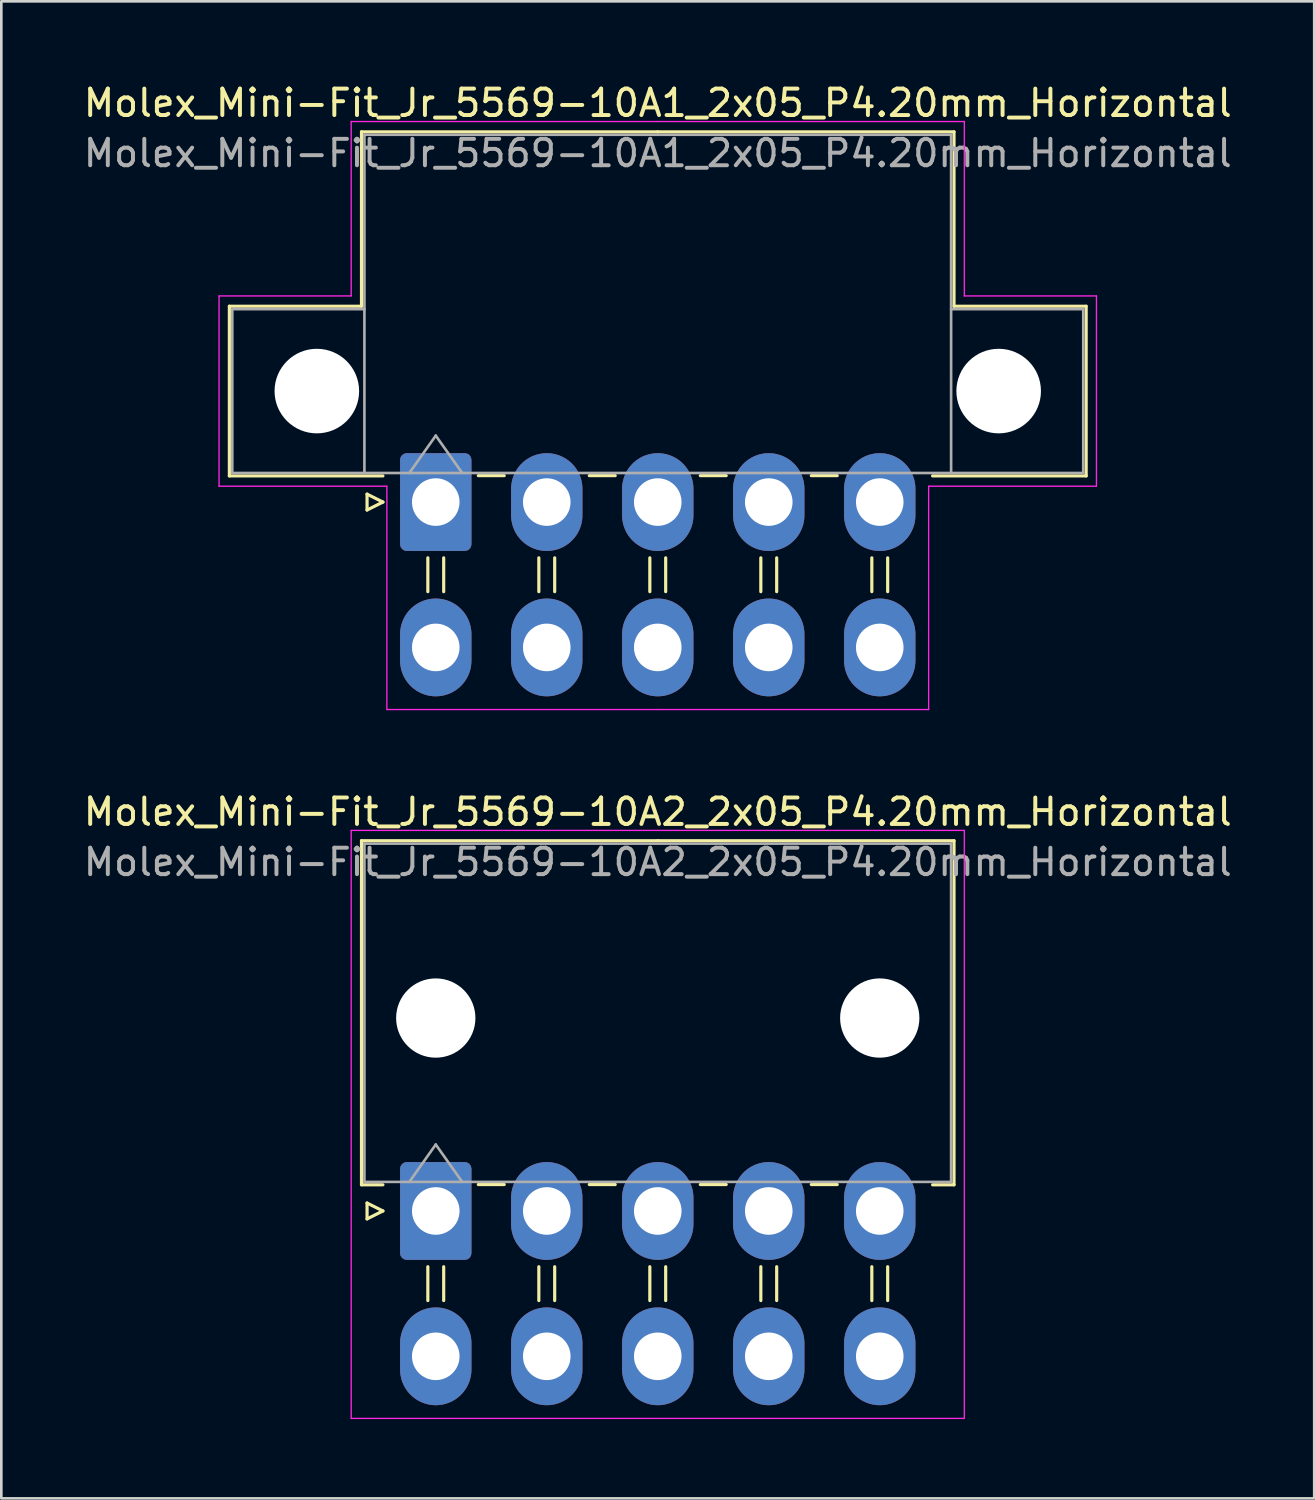
<source format=kicad_pcb>
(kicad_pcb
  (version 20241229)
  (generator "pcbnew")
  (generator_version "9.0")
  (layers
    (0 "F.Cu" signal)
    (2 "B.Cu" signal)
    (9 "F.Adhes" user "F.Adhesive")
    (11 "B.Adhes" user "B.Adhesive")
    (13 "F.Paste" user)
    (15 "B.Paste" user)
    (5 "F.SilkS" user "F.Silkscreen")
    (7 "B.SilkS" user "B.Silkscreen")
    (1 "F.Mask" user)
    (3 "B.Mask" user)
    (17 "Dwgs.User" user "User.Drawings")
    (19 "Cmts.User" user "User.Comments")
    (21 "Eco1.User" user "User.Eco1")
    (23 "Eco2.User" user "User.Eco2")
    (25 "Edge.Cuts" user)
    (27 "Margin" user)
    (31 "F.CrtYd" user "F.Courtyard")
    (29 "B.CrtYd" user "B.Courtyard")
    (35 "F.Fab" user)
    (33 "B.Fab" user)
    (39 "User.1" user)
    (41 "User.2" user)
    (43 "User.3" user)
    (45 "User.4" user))
  (footprint "Molex_Mini-Fit_Jr_5569-10A2_2x05_P4.20mm_Horizontal"
    (layer "F.Cu")
    (at 13.439 42.772)
    (property "Reference" "Molex_Mini-Fit_Jr_5569-10A2_2x05_P4.20mm_Horizontal" (at 8.4 -15.1 0) (layer "F.SilkS") (effects (font (size 1 1) (thickness 0.15))))
    (attr through_hole)
    (fp_line (start -2.81 -14.01) (end 8.4 -14.01) (stroke (width 0.12) (type solid)) (layer "F.SilkS"))
    (fp_line (start -2.81 -0.99) (end -2.81 -14.01) (stroke (width 0.12) (type solid)) (layer "F.SilkS"))
    (fp_line (start -2.6 -0.3) (end -2 0) (stroke (width 0.12) (type solid)) (layer "F.SilkS"))
    (fp_line (start -2.6 0.3) (end -2.6 -0.3) (stroke (width 0.12) (type solid)) (layer "F.SilkS"))
    (fp_line (start -2 -0.99) (end -2.81 -0.99) (stroke (width 0.12) (type solid)) (layer "F.SilkS"))
    (fp_line (start -2 0) (end -2.6 0.3) (stroke (width 0.12) (type solid)) (layer "F.SilkS"))
    (fp_line (start -0.3 2.11) (end -0.3 3.39) (stroke (width 0.12) (type solid)) (layer "F.SilkS"))
    (fp_line (start 0.3 2.11) (end 0.3 3.39) (stroke (width 0.12) (type solid)) (layer "F.SilkS"))
    (fp_line (start 1.61 -1) (end 2.59 -1) (stroke (width 0.12) (type solid)) (layer "F.SilkS"))
    (fp_line (start 3.9 2.11) (end 3.9 3.39) (stroke (width 0.12) (type solid)) (layer "F.SilkS"))
    (fp_line (start 4.5 2.11) (end 4.5 3.39) (stroke (width 0.12) (type solid)) (layer "F.SilkS"))
    (fp_line (start 5.81 -1) (end 6.79 -1) (stroke (width 0.12) (type solid)) (layer "F.SilkS"))
    (fp_line (start 8.1 2.11) (end 8.1 3.39) (stroke (width 0.12) (type solid)) (layer "F.SilkS"))
    (fp_line (start 8.7 2.11) (end 8.7 3.39) (stroke (width 0.12) (type solid)) (layer "F.SilkS"))
    (fp_line (start 10.01 -1) (end 10.99 -1) (stroke (width 0.12) (type solid)) (layer "F.SilkS"))
    (fp_line (start 12.3 2.11) (end 12.3 3.39) (stroke (width 0.12) (type solid)) (layer "F.SilkS"))
    (fp_line (start 12.9 2.11) (end 12.9 3.39) (stroke (width 0.12) (type solid)) (layer "F.SilkS"))
    (fp_line (start 14.21 -1) (end 15.19 -1) (stroke (width 0.12) (type solid)) (layer "F.SilkS"))
    (fp_line (start 16.5 2.11) (end 16.5 3.39) (stroke (width 0.12) (type solid)) (layer "F.SilkS"))
    (fp_line (start 17.1 2.11) (end 17.1 3.39) (stroke (width 0.12) (type solid)) (layer "F.SilkS"))
    (fp_line (start 18.8 -0.99) (end 19.61 -0.99) (stroke (width 0.12) (type solid)) (layer "F.SilkS"))
    (fp_line (start 19.61 -14.01) (end 8.4 -14.01) (stroke (width 0.12) (type solid)) (layer "F.SilkS"))
    (fp_line (start 19.61 -0.99) (end 19.61 -14.01) (stroke (width 0.12) (type solid)) (layer "F.SilkS"))
    (fp_line (start -3.2 -14.4) (end -3.2 7.85) (stroke (width 0.05) (type solid)) (layer "F.CrtYd"))
    (fp_line (start -3.2 7.85) (end 20 7.85) (stroke (width 0.05) (type solid)) (layer "F.CrtYd"))
    (fp_line (start 20 -14.4) (end -3.2 -14.4) (stroke (width 0.05) (type solid)) (layer "F.CrtYd"))
    (fp_line (start 20 7.85) (end 20 -14.4) (stroke (width 0.05) (type solid)) (layer "F.CrtYd"))
    (fp_line (start -2.7 -13.9) (end -2.7 -1.1) (stroke (width 0.1) (type solid)) (layer "F.Fab"))
    (fp_line (start -2.7 -1.1) (end 19.5 -1.1) (stroke (width 0.1) (type solid)) (layer "F.Fab"))
    (fp_line (start -1 -1.1) (end 0 -2.514) (stroke (width 0.1) (type solid)) (layer "F.Fab"))
    (fp_line (start 0 -2.514) (end 1 -1.1) (stroke (width 0.1) (type solid)) (layer "F.Fab"))
    (fp_line (start 19.5 -13.9) (end -2.7 -13.9) (stroke (width 0.1) (type solid)) (layer "F.Fab"))
    (fp_line (start 19.5 -1.1) (end 19.5 -13.9) (stroke (width 0.1) (type solid)) (layer "F.Fab"))
    (fp_text user "${REFERENCE}" (at 8.4 -13.2 0) (layer "F.Fab") (effects (font (size 1 1) (thickness 0.15))))
    (pad "" np_thru_hole circle (at 0 -7.3) (size 3 3) (drill 3) (layers "*.Cu" "*.Mask"))
    (pad "" np_thru_hole circle (at 16.8 -7.3) (size 3 3) (drill 3) (layers "*.Cu" "*.Mask"))
    (pad "1" thru_hole roundrect (at 0 0) (size 2.7 3.7) (drill 1.8) (layers "*.Cu" "*.Mask") (roundrect_rratio 0.093))
    (pad "2" thru_hole oval (at 4.2 0) (size 2.7 3.7) (drill 1.8) (layers "*.Cu" "*.Mask"))
    (pad "3" thru_hole oval (at 8.4 0) (size 2.7 3.7) (drill 1.8) (layers "*.Cu" "*.Mask"))
    (pad "4" thru_hole oval (at 12.6 0) (size 2.7 3.7) (drill 1.8) (layers "*.Cu" "*.Mask"))
    (pad "5" thru_hole oval (at 16.8 0) (size 2.7 3.7) (drill 1.8) (layers "*.Cu" "*.Mask"))
    (pad "6" thru_hole oval (at 0 5.5) (size 2.7 3.7) (drill 1.8) (layers "*.Cu" "*.Mask"))
    (pad "7" thru_hole oval (at 4.2 5.5) (size 2.7 3.7) (drill 1.8) (layers "*.Cu" "*.Mask"))
    (pad "8" thru_hole oval (at 8.4 5.5) (size 2.7 3.7) (drill 1.8) (layers "*.Cu" "*.Mask"))
    (pad "9" thru_hole oval (at 12.6 5.5) (size 2.7 3.7) (drill 1.8) (layers "*.Cu" "*.Mask"))
    (pad "10" thru_hole oval (at 16.8 5.5) (size 2.7 3.7) (drill 1.8) (layers "*.Cu" "*.Mask")))
  (footprint "Molex_Mini-Fit_Jr_5569-10A1_2x05_P4.20mm_Horizontal"
    (layer "F.Cu")
    (at 13.439 15.948)
    (property "Reference" "Molex_Mini-Fit_Jr_5569-10A1_2x05_P4.20mm_Horizontal" (at 8.4 -15.1 0) (layer "F.SilkS") (effects (font (size 1 1) (thickness 0.15))))
    (attr through_hole)
    (fp_line (start -7.81 -7.41) (end -7.81 -0.99) (stroke (width 0.12) (type solid)) (layer "F.SilkS"))
    (fp_line (start -7.81 -0.99) (end -2 -0.99) (stroke (width 0.12) (type solid)) (layer "F.SilkS"))
    (fp_line (start -2.81 -14.01) (end -2.81 -7.41) (stroke (width 0.12) (type solid)) (layer "F.SilkS"))
    (fp_line (start -2.81 -7.41) (end -7.81 -7.41) (stroke (width 0.12) (type solid)) (layer "F.SilkS"))
    (fp_line (start -2.6 -0.3) (end -2 0) (stroke (width 0.12) (type solid)) (layer "F.SilkS"))
    (fp_line (start -2.6 0.3) (end -2.6 -0.3) (stroke (width 0.12) (type solid)) (layer "F.SilkS"))
    (fp_line (start -2 0) (end -2.6 0.3) (stroke (width 0.12) (type solid)) (layer "F.SilkS"))
    (fp_line (start -0.3 2.11) (end -0.3 3.39) (stroke (width 0.12) (type solid)) (layer "F.SilkS"))
    (fp_line (start 0.3 2.11) (end 0.3 3.39) (stroke (width 0.12) (type solid)) (layer "F.SilkS"))
    (fp_line (start 1.61 -1) (end 2.59 -1) (stroke (width 0.12) (type solid)) (layer "F.SilkS"))
    (fp_line (start 3.9 2.11) (end 3.9 3.39) (stroke (width 0.12) (type solid)) (layer "F.SilkS"))
    (fp_line (start 4.5 2.11) (end 4.5 3.39) (stroke (width 0.12) (type solid)) (layer "F.SilkS"))
    (fp_line (start 5.81 -1) (end 6.79 -1) (stroke (width 0.12) (type solid)) (layer "F.SilkS"))
    (fp_line (start 8.1 2.11) (end 8.1 3.39) (stroke (width 0.12) (type solid)) (layer "F.SilkS"))
    (fp_line (start 8.4 -14.01) (end -2.81 -14.01) (stroke (width 0.12) (type solid)) (layer "F.SilkS"))
    (fp_line (start 8.4 -14.01) (end 19.61 -14.01) (stroke (width 0.12) (type solid)) (layer "F.SilkS"))
    (fp_line (start 8.7 2.11) (end 8.7 3.39) (stroke (width 0.12) (type solid)) (layer "F.SilkS"))
    (fp_line (start 10.01 -1) (end 10.99 -1) (stroke (width 0.12) (type solid)) (layer "F.SilkS"))
    (fp_line (start 12.3 2.11) (end 12.3 3.39) (stroke (width 0.12) (type solid)) (layer "F.SilkS"))
    (fp_line (start 12.9 2.11) (end 12.9 3.39) (stroke (width 0.12) (type solid)) (layer "F.SilkS"))
    (fp_line (start 14.21 -1) (end 15.19 -1) (stroke (width 0.12) (type solid)) (layer "F.SilkS"))
    (fp_line (start 16.5 2.11) (end 16.5 3.39) (stroke (width 0.12) (type solid)) (layer "F.SilkS"))
    (fp_line (start 17.1 2.11) (end 17.1 3.39) (stroke (width 0.12) (type solid)) (layer "F.SilkS"))
    (fp_line (start 19.61 -14.01) (end 19.61 -7.41) (stroke (width 0.12) (type solid)) (layer "F.SilkS"))
    (fp_line (start 19.61 -7.41) (end 24.61 -7.41) (stroke (width 0.12) (type solid)) (layer "F.SilkS"))
    (fp_line (start 24.61 -7.41) (end 24.61 -0.99) (stroke (width 0.12) (type solid)) (layer "F.SilkS"))
    (fp_line (start 24.61 -0.99) (end 18.8 -0.99) (stroke (width 0.12) (type solid)) (layer "F.SilkS"))
    (fp_line (start -8.2 -7.8) (end -8.2 -0.6) (stroke (width 0.05) (type solid)) (layer "F.CrtYd"))
    (fp_line (start -8.2 -0.6) (end -1.85 -0.6) (stroke (width 0.05) (type solid)) (layer "F.CrtYd"))
    (fp_line (start -3.2 -14.4) (end -3.2 -7.8) (stroke (width 0.05) (type solid)) (layer "F.CrtYd"))
    (fp_line (start -3.2 -7.8) (end -8.2 -7.8) (stroke (width 0.05) (type solid)) (layer "F.CrtYd"))
    (fp_line (start -1.85 -0.6) (end -1.85 7.85) (stroke (width 0.05) (type solid)) (layer "F.CrtYd"))
    (fp_line (start -1.85 7.85) (end 8.4 7.85) (stroke (width 0.05) (type solid)) (layer "F.CrtYd"))
    (fp_line (start 8.4 -14.4) (end -3.2 -14.4) (stroke (width 0.05) (type solid)) (layer "F.CrtYd"))
    (fp_line (start 8.4 -14.4) (end 20 -14.4) (stroke (width 0.05) (type solid)) (layer "F.CrtYd"))
    (fp_line (start 18.65 -0.6) (end 18.65 7.85) (stroke (width 0.05) (type solid)) (layer "F.CrtYd"))
    (fp_line (start 18.65 7.85) (end 8.4 7.85) (stroke (width 0.05) (type solid)) (layer "F.CrtYd"))
    (fp_line (start 20 -14.4) (end 20 -7.8) (stroke (width 0.05) (type solid)) (layer "F.CrtYd"))
    (fp_line (start 20 -7.8) (end 25 -7.8) (stroke (width 0.05) (type solid)) (layer "F.CrtYd"))
    (fp_line (start 25 -7.8) (end 25 -0.6) (stroke (width 0.05) (type solid)) (layer "F.CrtYd"))
    (fp_line (start 25 -0.6) (end 18.65 -0.6) (stroke (width 0.05) (type solid)) (layer "F.CrtYd"))
    (fp_line (start -7.7 -7.3) (end -7.7 -1.1) (stroke (width 0.1) (type solid)) (layer "F.Fab"))
    (fp_line (start -7.7 -1.1) (end -2.7 -1.1) (stroke (width 0.1) (type solid)) (layer "F.Fab"))
    (fp_line (start -2.7 -13.9) (end -2.7 -1.1) (stroke (width 0.1) (type solid)) (layer "F.Fab"))
    (fp_line (start -2.7 -7.3) (end -7.7 -7.3) (stroke (width 0.1) (type solid)) (layer "F.Fab"))
    (fp_line (start -2.7 -1.1) (end 19.5 -1.1) (stroke (width 0.1) (type solid)) (layer "F.Fab"))
    (fp_line (start -1 -1.1) (end 0 -2.514) (stroke (width 0.1) (type solid)) (layer "F.Fab"))
    (fp_line (start 0 -2.514) (end 1 -1.1) (stroke (width 0.1) (type solid)) (layer "F.Fab"))
    (fp_line (start 19.5 -13.9) (end -2.7 -13.9) (stroke (width 0.1) (type solid)) (layer "F.Fab"))
    (fp_line (start 19.5 -7.3) (end 24.5 -7.3) (stroke (width 0.1) (type solid)) (layer "F.Fab"))
    (fp_line (start 19.5 -1.1) (end 19.5 -13.9) (stroke (width 0.1) (type solid)) (layer "F.Fab"))
    (fp_line (start 24.5 -7.3) (end 24.5 -1.1) (stroke (width 0.1) (type solid)) (layer "F.Fab"))
    (fp_line (start 24.5 -1.1) (end 19.5 -1.1) (stroke (width 0.1) (type solid)) (layer "F.Fab"))
    (fp_text user "${REFERENCE}" (at 8.4 -13.2 0) (layer "F.Fab") (effects (font (size 1 1) (thickness 0.15))))
    (pad "" np_thru_hole circle (at -4.5 -4.2) (size 3.2 3.2) (drill 3.2) (layers "*.Cu" "*.Mask"))
    (pad "" np_thru_hole circle (at 21.3 -4.2) (size 3.2 3.2) (drill 3.2) (layers "*.Cu" "*.Mask"))
    (pad "1" thru_hole roundrect (at 0 0) (size 2.7 3.7) (drill 1.8) (layers "*.Cu" "*.Mask") (roundrect_rratio 0.093))
    (pad "2" thru_hole oval (at 4.2 0) (size 2.7 3.7) (drill 1.8) (layers "*.Cu" "*.Mask"))
    (pad "3" thru_hole oval (at 8.4 0) (size 2.7 3.7) (drill 1.8) (layers "*.Cu" "*.Mask"))
    (pad "4" thru_hole oval (at 12.6 0) (size 2.7 3.7) (drill 1.8) (layers "*.Cu" "*.Mask"))
    (pad "5" thru_hole oval (at 16.8 0) (size 2.7 3.7) (drill 1.8) (layers "*.Cu" "*.Mask"))
    (pad "6" thru_hole oval (at 0 5.5) (size 2.7 3.7) (drill 1.8) (layers "*.Cu" "*.Mask"))
    (pad "7" thru_hole oval (at 4.2 5.5) (size 2.7 3.7) (drill 1.8) (layers "*.Cu" "*.Mask"))
    (pad "8" thru_hole oval (at 8.4 5.5) (size 2.7 3.7) (drill 1.8) (layers "*.Cu" "*.Mask"))
    (pad "9" thru_hole oval (at 12.6 5.5) (size 2.7 3.7) (drill 1.8) (layers "*.Cu" "*.Mask"))
    (pad "10" thru_hole oval (at 16.8 5.5) (size 2.7 3.7) (drill 1.8) (layers "*.Cu" "*.Mask")))
  (gr_rect
    (start -3 -3)
    (end 46.679 53.647)
    (stroke (width 0.1) (type default))
    (fill no)
    (layer "Edge.Cuts")))
</source>
